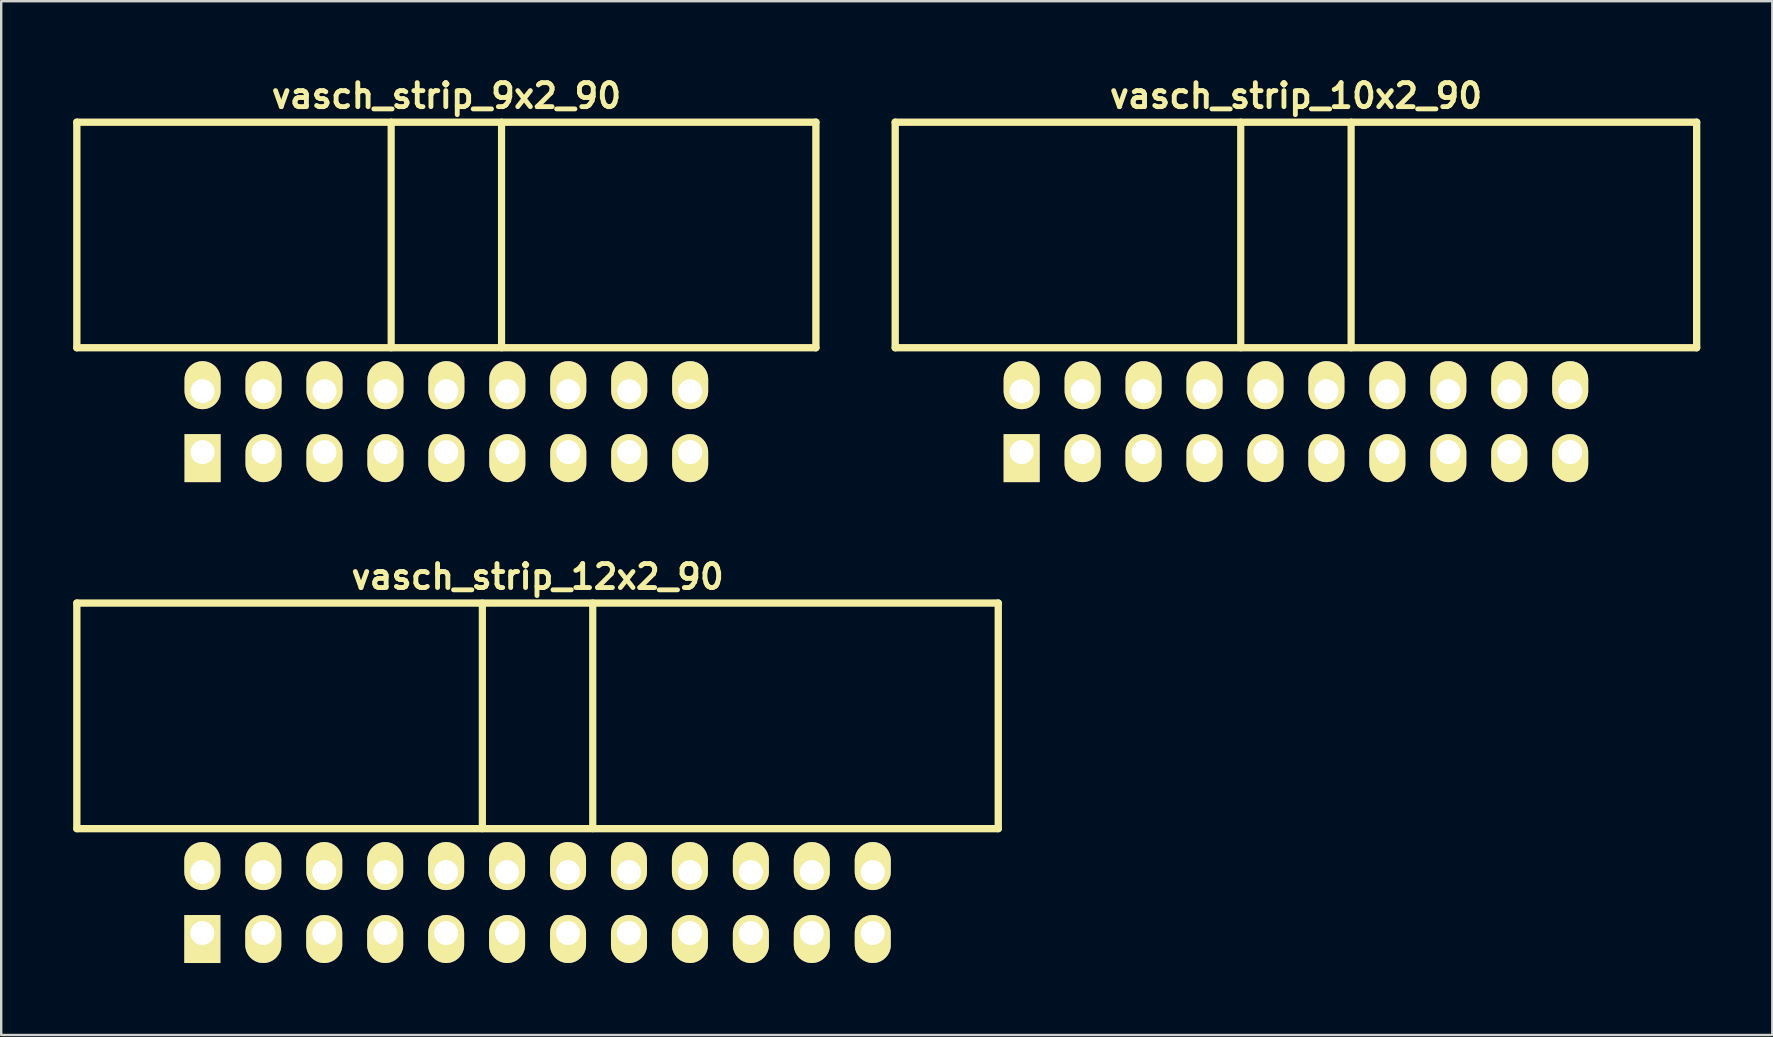
<source format=kicad_pcb>
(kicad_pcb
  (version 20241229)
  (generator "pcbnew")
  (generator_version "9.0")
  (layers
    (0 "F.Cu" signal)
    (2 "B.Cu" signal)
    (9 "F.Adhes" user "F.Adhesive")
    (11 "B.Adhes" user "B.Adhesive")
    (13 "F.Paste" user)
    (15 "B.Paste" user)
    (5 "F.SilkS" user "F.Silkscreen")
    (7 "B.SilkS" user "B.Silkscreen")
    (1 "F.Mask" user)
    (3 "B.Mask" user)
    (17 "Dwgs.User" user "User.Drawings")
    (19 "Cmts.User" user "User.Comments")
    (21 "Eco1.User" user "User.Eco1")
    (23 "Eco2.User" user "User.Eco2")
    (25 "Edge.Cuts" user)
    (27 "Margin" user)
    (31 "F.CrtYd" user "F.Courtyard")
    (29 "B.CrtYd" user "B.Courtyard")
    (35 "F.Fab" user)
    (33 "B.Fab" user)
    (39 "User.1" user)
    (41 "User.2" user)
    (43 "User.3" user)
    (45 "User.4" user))
  (footprint "vasch_strip_12x2_90"
    (layer "F.Cu")
    (at 19.352 29.483)
    (property "Reference" "vasch_strip_12x2_90" (at 0 -8.5 0) (layer "F.SilkS") (effects (font (size 1 1) (thickness 0.203))))
    (attr through_hole)
    (fp_line (start -19.2 -7.4) (end -19.2 2) (stroke (width 0.305) (type solid)) (layer "F.SilkS"))
    (fp_line (start -19.2 2) (end 19.2 2) (stroke (width 0.305) (type solid)) (layer "F.SilkS"))
    (fp_line (start -2.3 -7.4) (end -2.3 2) (stroke (width 0.3) (type solid)) (layer "F.SilkS"))
    (fp_line (start 2.3 -7.4) (end 2.3 2) (stroke (width 0.3) (type solid)) (layer "F.SilkS"))
    (fp_line (start 19.2 -7.4) (end -19.2 -7.4) (stroke (width 0.305) (type solid)) (layer "F.SilkS"))
    (fp_line (start 19.2 -7.4) (end 19.2 2) (stroke (width 0.305) (type solid)) (layer "F.SilkS"))
    (pad "1" thru_hole rect (at -13.97 6.35) (size 1.5 2) (drill 1 (offset 0 0.25)) (layers "*.Cu" "*.Mask" "F.SilkS"))
    (pad "2" thru_hole oval (at -13.97 3.81) (size 1.5 2) (drill 1 (offset 0 -0.25)) (layers "*.Cu" "*.Mask" "F.SilkS"))
    (pad "3" thru_hole oval (at -11.43 6.35) (size 1.5 2) (drill 1 (offset 0 0.25)) (layers "*.Cu" "*.Mask" "F.SilkS"))
    (pad "4" thru_hole oval (at -11.43 3.81) (size 1.5 2) (drill 1 (offset 0 -0.25)) (layers "*.Cu" "*.Mask" "F.SilkS"))
    (pad "5" thru_hole oval (at -8.89 6.35) (size 1.5 2) (drill 1 (offset 0 0.25)) (layers "*.Cu" "*.Mask" "F.SilkS"))
    (pad "6" thru_hole oval (at -8.89 3.81) (size 1.5 2) (drill 1 (offset 0 -0.25)) (layers "*.Cu" "*.Mask" "F.SilkS"))
    (pad "7" thru_hole oval (at -6.35 6.35) (size 1.5 2) (drill 1 (offset 0 0.25)) (layers "*.Cu" "*.Mask" "F.SilkS"))
    (pad "8" thru_hole oval (at -6.35 3.81) (size 1.5 2) (drill 1 (offset 0 -0.25)) (layers "*.Cu" "*.Mask" "F.SilkS"))
    (pad "9" thru_hole oval (at -3.81 6.35) (size 1.5 2) (drill 1 (offset 0 0.25)) (layers "*.Cu" "*.Mask" "F.SilkS"))
    (pad "10" thru_hole oval (at -3.81 3.81) (size 1.5 2) (drill 1 (offset 0 -0.25)) (layers "*.Cu" "*.Mask" "F.SilkS"))
    (pad "11" thru_hole oval (at -1.27 6.35) (size 1.5 2) (drill 1 (offset 0 0.25)) (layers "*.Cu" "*.Mask" "F.SilkS"))
    (pad "12" thru_hole oval (at -1.27 3.81) (size 1.5 2) (drill 1 (offset 0 -0.25)) (layers "*.Cu" "*.Mask" "F.SilkS"))
    (pad "13" thru_hole oval (at 1.27 6.35) (size 1.5 2) (drill 1 (offset 0 0.25)) (layers "*.Cu" "*.Mask" "F.SilkS"))
    (pad "14" thru_hole oval (at 1.27 3.81) (size 1.5 2) (drill 1 (offset 0 -0.25)) (layers "*.Cu" "*.Mask" "F.SilkS"))
    (pad "15" thru_hole oval (at 3.81 6.35) (size 1.5 2) (drill 1 (offset 0 0.25)) (layers "*.Cu" "*.Mask" "F.SilkS"))
    (pad "16" thru_hole oval (at 3.81 3.81) (size 1.5 2) (drill 1 (offset 0 -0.25)) (layers "*.Cu" "*.Mask" "F.SilkS"))
    (pad "17" thru_hole oval (at 6.35 6.35) (size 1.5 2) (drill 1 (offset 0 0.25)) (layers "*.Cu" "*.Mask" "F.SilkS"))
    (pad "18" thru_hole oval (at 6.35 3.81) (size 1.5 2) (drill 1 (offset 0 -0.25)) (layers "*.Cu" "*.Mask" "F.SilkS"))
    (pad "19" thru_hole oval (at 8.89 6.35) (size 1.5 2) (drill 1 (offset 0 0.25)) (layers "*.Cu" "*.Mask" "F.SilkS"))
    (pad "20" thru_hole oval (at 8.89 3.81) (size 1.5 2) (drill 1 (offset 0 -0.25)) (layers "*.Cu" "*.Mask" "F.SilkS"))
    (pad "21" thru_hole oval (at 11.43 6.35) (size 1.5 2) (drill 1 (offset 0 0.25)) (layers "*.Cu" "*.Mask" "F.SilkS"))
    (pad "22" thru_hole oval (at 11.43 3.81) (size 1.5 2) (drill 1 (offset 0 -0.25)) (layers "*.Cu" "*.Mask" "F.SilkS"))
    (pad "23" thru_hole oval (at 13.97 6.35) (size 1.5 2) (drill 1 (offset 0 0.25)) (layers "*.Cu" "*.Mask" "F.SilkS"))
    (pad "24" thru_hole oval (at 13.97 3.81) (size 1.5 2) (drill 1 (offset 0 -0.25)) (layers "*.Cu" "*.Mask" "F.SilkS")))
  (footprint "vasch_strip_10x2_90"
    (layer "F.Cu")
    (at 50.957 9.442)
    (property "Reference" "vasch_strip_10x2_90" (at 0 -8.5 0) (layer "F.SilkS") (effects (font (size 1 1) (thickness 0.203))))
    (attr through_hole)
    (fp_line (start -16.7 -7.4) (end -16.7 2) (stroke (width 0.305) (type solid)) (layer "F.SilkS"))
    (fp_line (start -16.7 2) (end 16.7 2) (stroke (width 0.305) (type solid)) (layer "F.SilkS"))
    (fp_line (start -2.3 -7.4) (end -2.3 2) (stroke (width 0.3) (type solid)) (layer "F.SilkS"))
    (fp_line (start 2.3 -7.4) (end 2.3 2) (stroke (width 0.3) (type solid)) (layer "F.SilkS"))
    (fp_line (start 16.7 -7.4) (end -16.7 -7.4) (stroke (width 0.305) (type solid)) (layer "F.SilkS"))
    (fp_line (start 16.7 -7.4) (end 16.7 2) (stroke (width 0.305) (type solid)) (layer "F.SilkS"))
    (pad "1" thru_hole rect (at -11.43 6.35) (size 1.5 2) (drill 1 (offset 0 0.25)) (layers "*.Cu" "*.Mask" "F.SilkS"))
    (pad "2" thru_hole oval (at -11.43 3.81) (size 1.5 2) (drill 1 (offset 0 -0.25)) (layers "*.Cu" "*.Mask" "F.SilkS"))
    (pad "3" thru_hole oval (at -8.89 6.35) (size 1.5 2) (drill 1 (offset 0 0.25)) (layers "*.Cu" "*.Mask" "F.SilkS"))
    (pad "4" thru_hole oval (at -8.89 3.81) (size 1.5 2) (drill 1 (offset 0 -0.25)) (layers "*.Cu" "*.Mask" "F.SilkS"))
    (pad "5" thru_hole oval (at -6.35 6.35) (size 1.5 2) (drill 1 (offset 0 0.25)) (layers "*.Cu" "*.Mask" "F.SilkS"))
    (pad "6" thru_hole oval (at -6.35 3.81) (size 1.5 2) (drill 1 (offset 0 -0.25)) (layers "*.Cu" "*.Mask" "F.SilkS"))
    (pad "7" thru_hole oval (at -3.81 6.35) (size 1.5 2) (drill 1 (offset 0 0.25)) (layers "*.Cu" "*.Mask" "F.SilkS"))
    (pad "8" thru_hole oval (at -3.81 3.81) (size 1.5 2) (drill 1 (offset 0 -0.25)) (layers "*.Cu" "*.Mask" "F.SilkS"))
    (pad "9" thru_hole oval (at -1.27 6.35) (size 1.5 2) (drill 1 (offset 0 0.25)) (layers "*.Cu" "*.Mask" "F.SilkS"))
    (pad "10" thru_hole oval (at -1.27 3.81) (size 1.5 2) (drill 1 (offset 0 -0.25)) (layers "*.Cu" "*.Mask" "F.SilkS"))
    (pad "11" thru_hole oval (at 1.27 6.35) (size 1.5 2) (drill 1 (offset 0 0.25)) (layers "*.Cu" "*.Mask" "F.SilkS"))
    (pad "12" thru_hole oval (at 1.27 3.81) (size 1.5 2) (drill 1 (offset 0 -0.25)) (layers "*.Cu" "*.Mask" "F.SilkS"))
    (pad "13" thru_hole oval (at 3.81 6.35) (size 1.5 2) (drill 1 (offset 0 0.25)) (layers "*.Cu" "*.Mask" "F.SilkS"))
    (pad "14" thru_hole oval (at 3.81 3.81) (size 1.5 2) (drill 1 (offset 0 -0.25)) (layers "*.Cu" "*.Mask" "F.SilkS"))
    (pad "15" thru_hole oval (at 6.35 6.35) (size 1.5 2) (drill 1 (offset 0 0.25)) (layers "*.Cu" "*.Mask" "F.SilkS"))
    (pad "16" thru_hole oval (at 6.35 3.81) (size 1.5 2) (drill 1 (offset 0 -0.25)) (layers "*.Cu" "*.Mask" "F.SilkS"))
    (pad "17" thru_hole oval (at 8.89 6.35) (size 1.5 2) (drill 1 (offset 0 0.25)) (layers "*.Cu" "*.Mask" "F.SilkS"))
    (pad "18" thru_hole oval (at 8.89 3.81) (size 1.5 2) (drill 1 (offset 0 -0.25)) (layers "*.Cu" "*.Mask" "F.SilkS"))
    (pad "19" thru_hole oval (at 11.43 6.35) (size 1.5 2) (drill 1 (offset 0 0.25)) (layers "*.Cu" "*.Mask" "F.SilkS"))
    (pad "20" thru_hole oval (at 11.43 3.81) (size 1.5 2) (drill 1 (offset 0 -0.25)) (layers "*.Cu" "*.Mask" "F.SilkS")))
  (footprint "vasch_strip_9x2_90"
    (layer "F.Cu")
    (at 15.552 9.442)
    (property "Reference" "vasch_strip_9x2_90" (at 0 -8.5 0) (layer "F.SilkS") (effects (font (size 1 1) (thickness 0.203))))
    (attr through_hole)
    (fp_line (start -15.4 -7.4) (end -15.4 2) (stroke (width 0.305) (type solid)) (layer "F.SilkS"))
    (fp_line (start -15.4 2) (end 15.4 2) (stroke (width 0.305) (type solid)) (layer "F.SilkS"))
    (fp_line (start -2.3 -7.4) (end -2.3 2) (stroke (width 0.3) (type solid)) (layer "F.SilkS"))
    (fp_line (start 2.3 -7.4) (end 2.3 2) (stroke (width 0.3) (type solid)) (layer "F.SilkS"))
    (fp_line (start 15.4 -7.4) (end -15.4 -7.4) (stroke (width 0.305) (type solid)) (layer "F.SilkS"))
    (fp_line (start 15.4 -7.4) (end 15.4 2) (stroke (width 0.305) (type solid)) (layer "F.SilkS"))
    (pad "1" thru_hole rect (at -10.16 6.35) (size 1.5 2) (drill 1 (offset 0 0.25)) (layers "*.Cu" "*.Mask" "F.SilkS"))
    (pad "2" thru_hole oval (at -10.16 3.81) (size 1.5 2) (drill 1 (offset 0 -0.25)) (layers "*.Cu" "*.Mask" "F.SilkS"))
    (pad "3" thru_hole oval (at -7.62 6.35) (size 1.5 2) (drill 1 (offset 0 0.25)) (layers "*.Cu" "*.Mask" "F.SilkS"))
    (pad "4" thru_hole oval (at -7.62 3.81) (size 1.5 2) (drill 1 (offset 0 -0.25)) (layers "*.Cu" "*.Mask" "F.SilkS"))
    (pad "5" thru_hole oval (at -5.08 6.35) (size 1.5 2) (drill 1 (offset 0 0.25)) (layers "*.Cu" "*.Mask" "F.SilkS"))
    (pad "6" thru_hole oval (at -5.08 3.81) (size 1.5 2) (drill 1 (offset 0 -0.25)) (layers "*.Cu" "*.Mask" "F.SilkS"))
    (pad "7" thru_hole oval (at -2.54 6.35) (size 1.5 2) (drill 1 (offset 0 0.25)) (layers "*.Cu" "*.Mask" "F.SilkS"))
    (pad "8" thru_hole oval (at -2.54 3.81) (size 1.5 2) (drill 1 (offset 0 -0.25)) (layers "*.Cu" "*.Mask" "F.SilkS"))
    (pad "9" thru_hole oval (at 0 6.35) (size 1.5 2) (drill 1 (offset 0 0.25)) (layers "*.Cu" "*.Mask" "F.SilkS"))
    (pad "10" thru_hole oval (at 0 3.81) (size 1.5 2) (drill 1 (offset 0 -0.25)) (layers "*.Cu" "*.Mask" "F.SilkS"))
    (pad "11" thru_hole oval (at 2.54 6.35) (size 1.5 2) (drill 1 (offset 0 0.25)) (layers "*.Cu" "*.Mask" "F.SilkS"))
    (pad "12" thru_hole oval (at 2.54 3.81) (size 1.5 2) (drill 1 (offset 0 -0.25)) (layers "*.Cu" "*.Mask" "F.SilkS"))
    (pad "13" thru_hole oval (at 5.08 6.35) (size 1.5 2) (drill 1 (offset 0 0.25)) (layers "*.Cu" "*.Mask" "F.SilkS"))
    (pad "14" thru_hole oval (at 5.08 3.81) (size 1.5 2) (drill 1 (offset 0 -0.25)) (layers "*.Cu" "*.Mask" "F.SilkS"))
    (pad "15" thru_hole oval (at 7.62 6.35) (size 1.5 2) (drill 1 (offset 0 0.25)) (layers "*.Cu" "*.Mask" "F.SilkS"))
    (pad "16" thru_hole oval (at 7.62 3.81) (size 1.5 2) (drill 1 (offset 0 -0.25)) (layers "*.Cu" "*.Mask" "F.SilkS"))
    (pad "17" thru_hole oval (at 10.16 6.35) (size 1.5 2) (drill 1 (offset 0 0.25)) (layers "*.Cu" "*.Mask" "F.SilkS"))
    (pad "18" thru_hole oval (at 10.16 3.81) (size 1.5 2) (drill 1 (offset 0 -0.25)) (layers "*.Cu" "*.Mask" "F.SilkS")))
  (gr_rect
    (start -3 -3)
    (end 70.81 40.083)
    (stroke (width 0.1) (type default))
    (fill no)
    (layer "Edge.Cuts")))
</source>
